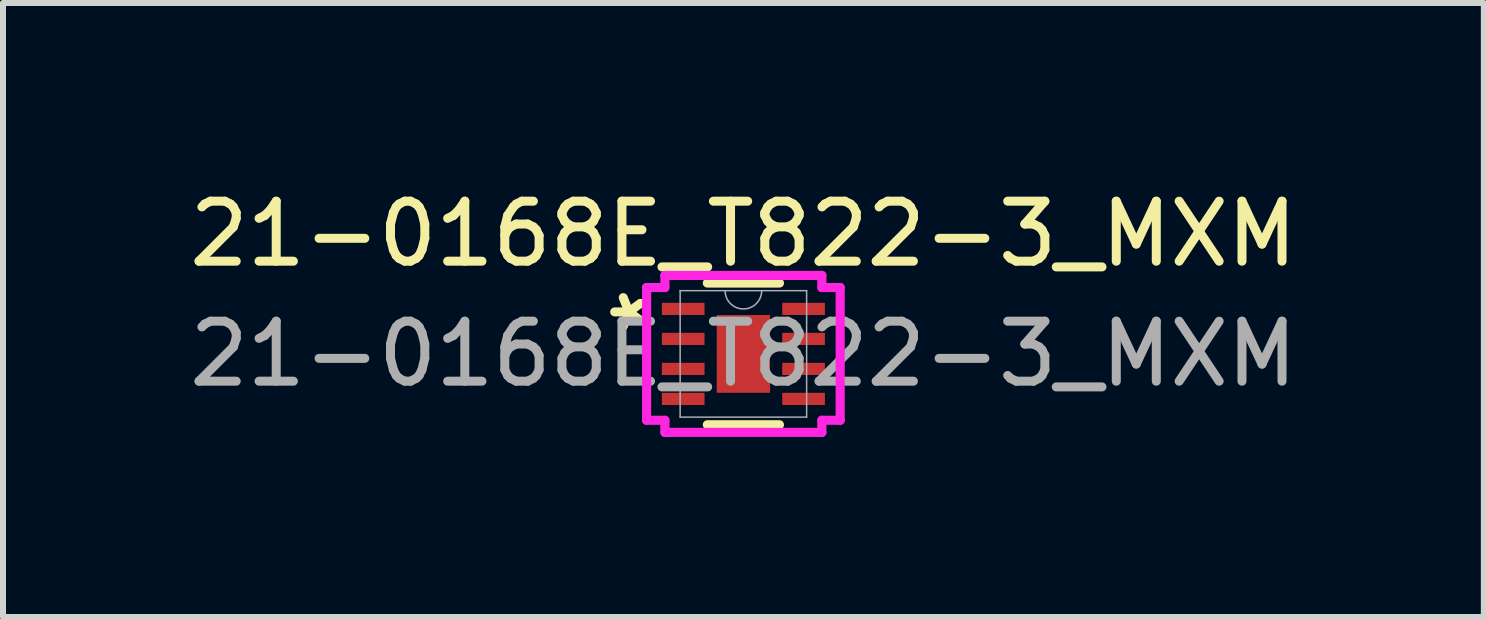
<source format=kicad_pcb>
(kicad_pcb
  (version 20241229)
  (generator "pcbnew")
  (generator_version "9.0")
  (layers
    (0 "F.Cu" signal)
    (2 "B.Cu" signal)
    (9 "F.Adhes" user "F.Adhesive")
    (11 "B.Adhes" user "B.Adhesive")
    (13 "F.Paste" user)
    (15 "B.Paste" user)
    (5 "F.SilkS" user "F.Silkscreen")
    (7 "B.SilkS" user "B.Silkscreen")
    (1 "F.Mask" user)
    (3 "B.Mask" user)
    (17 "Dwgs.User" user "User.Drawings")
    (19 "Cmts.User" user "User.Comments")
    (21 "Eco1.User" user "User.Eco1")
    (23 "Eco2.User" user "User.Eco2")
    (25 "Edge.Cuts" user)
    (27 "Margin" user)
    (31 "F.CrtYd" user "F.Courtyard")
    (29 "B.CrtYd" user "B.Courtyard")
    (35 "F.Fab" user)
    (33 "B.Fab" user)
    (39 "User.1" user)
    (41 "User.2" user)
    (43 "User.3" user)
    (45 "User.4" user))
  (footprint "21-0168E_T822-3_MXM"
    (layer "F.Cu")
    (at 9.339 2.848)
    (property "Reference" "21-0168E_T822-3_MXM" (at 0 -2 0) (unlocked yes) (layer "F.SilkS") (effects (font (size 1 1) (thickness 0.15))))
    (attr smd)
    (fp_line (start -0.601 1.181) (end 0.601 1.181) (stroke (width 0.152) (type solid)) (layer "F.SilkS"))
    (fp_line (start 0.601 -1.181) (end -0.601 -1.181) (stroke (width 0.152) (type solid)) (layer "F.SilkS"))
    (fp_poly (pts (xy -0.445 -0.648) (xy -0.445 0.648) (xy 0.445 0.648) (xy 0.445 -0.648)) (stroke (width 0) (type solid)) (fill yes) (layer "F.Paste"))
    (fp_line (start -1.613 -1.106) (end -1.308 -1.106) (stroke (width 0.152) (type solid)) (layer "F.CrtYd"))
    (fp_line (start -1.613 1.106) (end -1.613 -1.106) (stroke (width 0.152) (type solid)) (layer "F.CrtYd"))
    (fp_line (start -1.613 1.106) (end -1.308 1.106) (stroke (width 0.152) (type solid)) (layer "F.CrtYd"))
    (fp_line (start -1.308 -1.308) (end 1.308 -1.308) (stroke (width 0.152) (type solid)) (layer "F.CrtYd"))
    (fp_line (start -1.308 -1.106) (end -1.308 -1.308) (stroke (width 0.152) (type solid)) (layer "F.CrtYd"))
    (fp_line (start -1.308 1.308) (end -1.308 1.106) (stroke (width 0.152) (type solid)) (layer "F.CrtYd"))
    (fp_line (start 1.308 -1.308) (end 1.308 -1.106) (stroke (width 0.152) (type solid)) (layer "F.CrtYd"))
    (fp_line (start 1.308 1.106) (end 1.308 1.308) (stroke (width 0.152) (type solid)) (layer "F.CrtYd"))
    (fp_line (start 1.308 1.308) (end -1.308 1.308) (stroke (width 0.152) (type solid)) (layer "F.CrtYd"))
    (fp_line (start 1.613 -1.106) (end 1.308 -1.106) (stroke (width 0.152) (type solid)) (layer "F.CrtYd"))
    (fp_line (start 1.613 -1.106) (end 1.613 1.106) (stroke (width 0.152) (type solid)) (layer "F.CrtYd"))
    (fp_line (start 1.613 1.106) (end 1.308 1.106) (stroke (width 0.152) (type solid)) (layer "F.CrtYd"))
    (fp_line (start -1.054 -1.054) (end -1.054 1.054) (stroke (width 0.025) (type solid)) (layer "F.Fab"))
    (fp_line (start -1.054 1.054) (end 1.054 1.054) (stroke (width 0.025) (type solid)) (layer "F.Fab"))
    (fp_line (start 1.054 -1.054) (end -1.054 -1.054) (stroke (width 0.025) (type solid)) (layer "F.Fab"))
    (fp_line (start 1.054 1.054) (end 1.054 -1.054) (stroke (width 0.025) (type solid)) (layer "F.Fab"))
    (fp_arc (start 0.3048 -1.0541) (mid 0 -0.7493) (end -0.3048 -1.0541) (stroke (width 0.0254) (type solid)) (layer "F.Fab"))
    (fp_text user "*" (at -1.6 -0.7 90) (unlocked yes) (layer "F.SilkS") (effects (font (size 1 1) (thickness 0.15))))
    (fp_text user "${REFERENCE}" (at 0 0 0) (unlocked yes) (layer "F.Fab") (effects (font (size 1 1) (thickness 0.15))))
    (pad "1" smd rect (at -1.003 -0.75) (size 0.711 0.203) (layers "F.Cu" "F.Mask" "F.Paste"))
    (pad "2" smd rect (at -1.003 -0.25) (size 0.711 0.203) (layers "F.Cu" "F.Mask" "F.Paste"))
    (pad "3" smd rect (at -1.003 0.25) (size 0.711 0.203) (layers "F.Cu" "F.Mask" "F.Paste"))
    (pad "4" smd rect (at -1.003 0.75) (size 0.711 0.203) (layers "F.Cu" "F.Mask" "F.Paste"))
    (pad "5" smd rect (at 1.003 0.75) (size 0.711 0.203) (layers "F.Cu" "F.Mask" "F.Paste"))
    (pad "6" smd rect (at 1.003 0.25) (size 0.711 0.203) (layers "F.Cu" "F.Mask" "F.Paste"))
    (pad "7" smd rect (at 1.003 -0.25) (size 0.711 0.203) (layers "F.Cu" "F.Mask" "F.Paste"))
    (pad "8" smd rect (at 1.003 -0.75) (size 0.711 0.203) (layers "F.Cu" "F.Mask" "F.Paste"))
    (pad "9" smd rect (at 0 0) (size 0.889 1.295) (layers "F.Cu" "F.Mask" "F.Paste")))
  (gr_rect
    (start -3 -3)
    (end 21.679 7.233)
    (stroke (width 0.1) (type default))
    (fill no)
    (layer "Edge.Cuts")))
</source>
